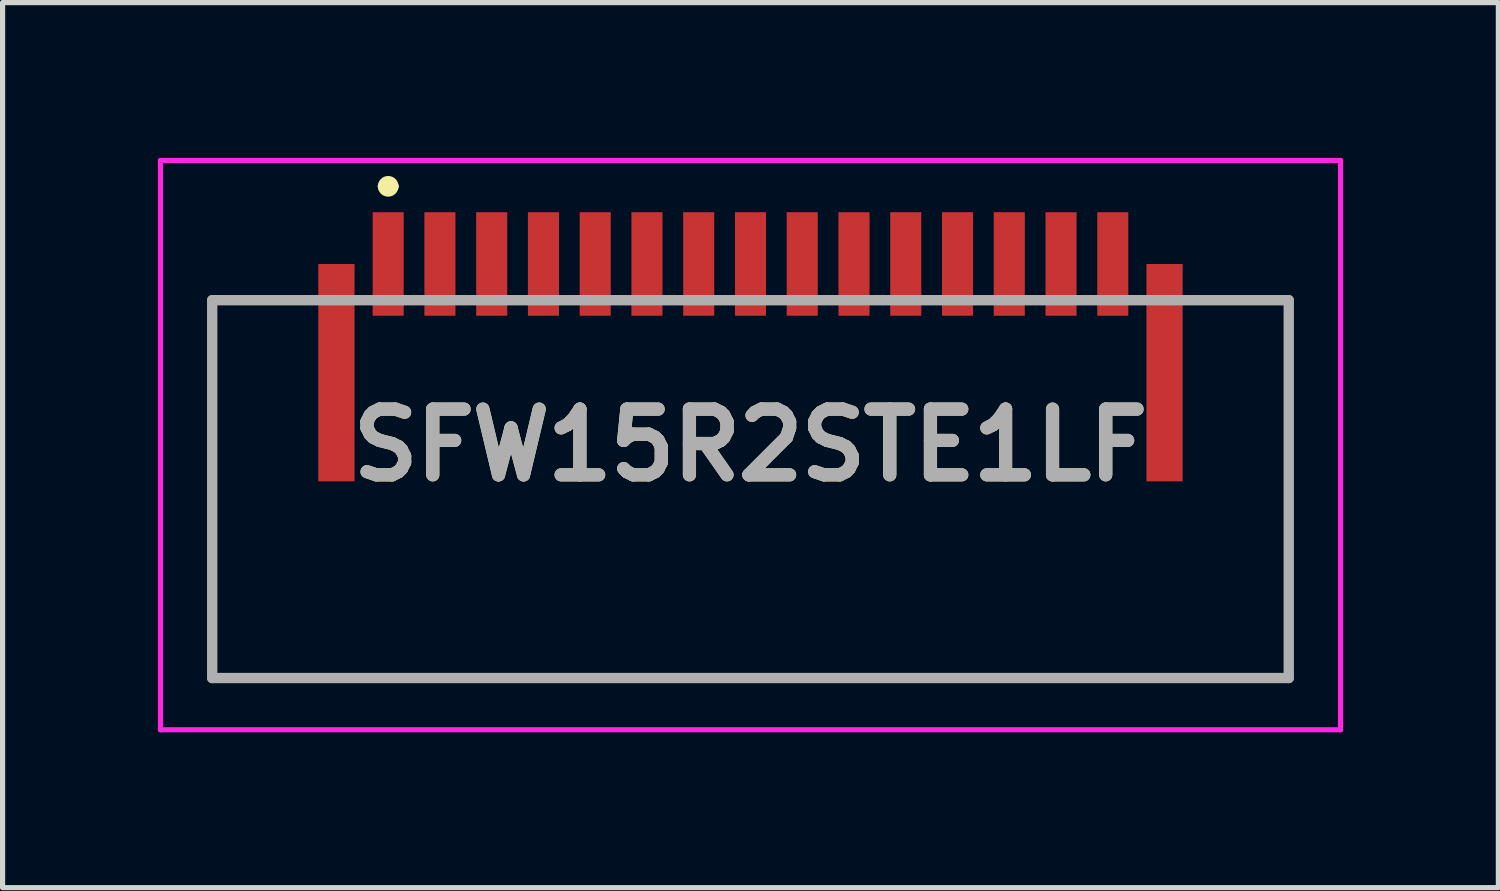
<source format=kicad_pcb>
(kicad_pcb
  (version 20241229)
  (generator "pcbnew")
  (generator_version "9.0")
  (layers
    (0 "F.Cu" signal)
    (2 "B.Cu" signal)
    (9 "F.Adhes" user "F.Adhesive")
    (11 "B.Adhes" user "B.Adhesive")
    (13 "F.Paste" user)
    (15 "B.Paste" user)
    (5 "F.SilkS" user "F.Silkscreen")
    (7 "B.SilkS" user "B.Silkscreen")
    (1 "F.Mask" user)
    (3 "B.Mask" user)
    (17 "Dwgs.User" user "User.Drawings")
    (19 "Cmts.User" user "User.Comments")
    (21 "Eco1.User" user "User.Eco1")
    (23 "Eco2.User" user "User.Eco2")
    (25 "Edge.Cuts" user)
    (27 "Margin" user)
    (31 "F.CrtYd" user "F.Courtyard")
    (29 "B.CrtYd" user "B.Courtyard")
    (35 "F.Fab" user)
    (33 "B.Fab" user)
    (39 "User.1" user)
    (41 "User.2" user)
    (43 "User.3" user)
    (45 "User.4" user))
  (footprint "SFW15R2STE1LF"
    (layer "F.Cu")
    (at 11.45 6.05)
    (property "Reference" "SFW15R2STE1LF" (at 0 -0.5 0) (layer "F.SilkS") (effects (font (size 1.27 1.27) (thickness 0.254))))
    (attr smd)
    (fp_line (start -10.4 -3.3) (end -10.4 4) (stroke (width 0.1) (type solid)) (layer "F.SilkS"))
    (fp_line (start -10.4 4) (end 10.4 4) (stroke (width 0.1) (type solid)) (layer "F.SilkS"))
    (fp_line (start -9 -3.3) (end -10.4 -3.3) (stroke (width 0.1) (type solid)) (layer "F.SilkS"))
    (fp_line (start -7.1 -5.5) (end -7.1 -5.5) (stroke (width 0.2) (type solid)) (layer "F.SilkS"))
    (fp_line (start -6.9 -5.5) (end -6.9 -5.5) (stroke (width 0.2) (type solid)) (layer "F.SilkS"))
    (fp_line (start 10.4 -3.3) (end 9 -3.3) (stroke (width 0.1) (type solid)) (layer "F.SilkS"))
    (fp_line (start 10.4 4) (end 10.4 -3.3) (stroke (width 0.1) (type solid)) (layer "F.SilkS"))
    (fp_arc (start -7.1 -5.5) (mid -7 -5.6) (end -6.9 -5.5) (stroke (width 0.2) (type solid)) (layer "F.SilkS"))
    (fp_arc (start -6.9 -5.5) (mid -7 -5.4) (end -7.1 -5.5) (stroke (width 0.2) (type solid)) (layer "F.SilkS"))
    (fp_line (start -11.4 -6) (end 11.4 -6) (stroke (width 0.1) (type solid)) (layer "F.CrtYd"))
    (fp_line (start -11.4 5) (end -11.4 -6) (stroke (width 0.1) (type solid)) (layer "F.CrtYd"))
    (fp_line (start 11.4 -6) (end 11.4 5) (stroke (width 0.1) (type solid)) (layer "F.CrtYd"))
    (fp_line (start 11.4 5) (end -11.4 5) (stroke (width 0.1) (type solid)) (layer "F.CrtYd"))
    (fp_line (start -10.4 -3.3) (end 10.4 -3.3) (stroke (width 0.2) (type solid)) (layer "F.Fab"))
    (fp_line (start -10.4 4) (end -10.4 -3.3) (stroke (width 0.2) (type solid)) (layer "F.Fab"))
    (fp_line (start 10.4 -3.3) (end 10.4 4) (stroke (width 0.2) (type solid)) (layer "F.Fab"))
    (fp_line (start 10.4 4) (end -10.4 4) (stroke (width 0.2) (type solid)) (layer "F.Fab"))
    (fp_text user "${REFERENCE}" (at 0 -0.5 0) (layer "F.Fab") (effects (font (size 1.27 1.27) (thickness 0.254))))
    (pad "1" smd rect (at -7 -4) (size 0.6 2) (layers "F.Cu" "F.Mask" "F.Paste"))
    (pad "2" smd rect (at -6 -4) (size 0.6 2) (layers "F.Cu" "F.Mask" "F.Paste"))
    (pad "3" smd rect (at -5 -4) (size 0.6 2) (layers "F.Cu" "F.Mask" "F.Paste"))
    (pad "4" smd rect (at -4 -4) (size 0.6 2) (layers "F.Cu" "F.Mask" "F.Paste"))
    (pad "5" smd rect (at -3 -4) (size 0.6 2) (layers "F.Cu" "F.Mask" "F.Paste"))
    (pad "6" smd rect (at -2 -4) (size 0.6 2) (layers "F.Cu" "F.Mask" "F.Paste"))
    (pad "7" smd rect (at -1 -4) (size 0.6 2) (layers "F.Cu" "F.Mask" "F.Paste"))
    (pad "8" smd rect (at 0 -4) (size 0.6 2) (layers "F.Cu" "F.Mask" "F.Paste"))
    (pad "9" smd rect (at 1 -4) (size 0.6 2) (layers "F.Cu" "F.Mask" "F.Paste"))
    (pad "10" smd rect (at 2 -4) (size 0.6 2) (layers "F.Cu" "F.Mask" "F.Paste"))
    (pad "11" smd rect (at 3 -4) (size 0.6 2) (layers "F.Cu" "F.Mask" "F.Paste"))
    (pad "12" smd rect (at 4 -4) (size 0.6 2) (layers "F.Cu" "F.Mask" "F.Paste"))
    (pad "13" smd rect (at 5 -4) (size 0.6 2) (layers "F.Cu" "F.Mask" "F.Paste"))
    (pad "14" smd rect (at 6 -4) (size 0.6 2) (layers "F.Cu" "F.Mask" "F.Paste"))
    (pad "15" smd rect (at 7 -4) (size 0.6 2) (layers "F.Cu" "F.Mask" "F.Paste"))
    (pad "MP1" smd rect (at -8 -1.9) (size 0.7 4.2) (layers "F.Cu" "F.Mask" "F.Paste"))
    (pad "MP2" smd rect (at 8 -1.9) (size 0.7 4.2) (layers "F.Cu" "F.Mask" "F.Paste")))
  (gr_rect
    (start -3 -3)
    (end 25.9 14.1)
    (stroke (width 0.1) (type default))
    (fill no)
    (layer "Edge.Cuts")))
</source>
